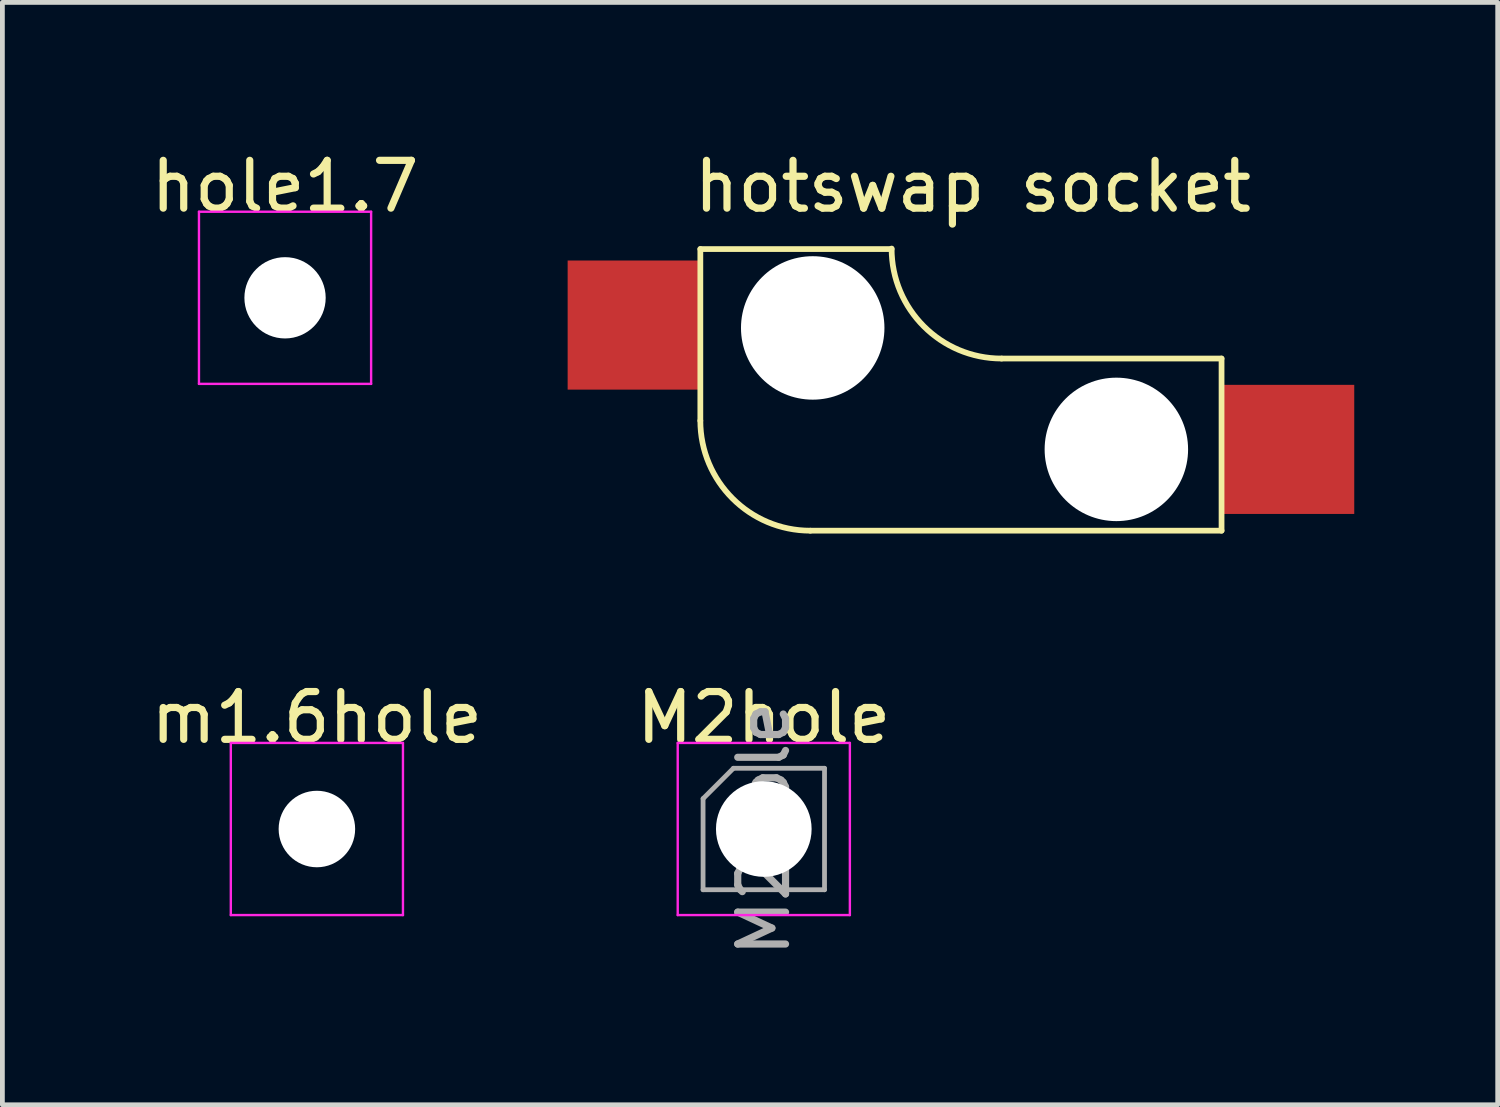
<source format=kicad_pcb>
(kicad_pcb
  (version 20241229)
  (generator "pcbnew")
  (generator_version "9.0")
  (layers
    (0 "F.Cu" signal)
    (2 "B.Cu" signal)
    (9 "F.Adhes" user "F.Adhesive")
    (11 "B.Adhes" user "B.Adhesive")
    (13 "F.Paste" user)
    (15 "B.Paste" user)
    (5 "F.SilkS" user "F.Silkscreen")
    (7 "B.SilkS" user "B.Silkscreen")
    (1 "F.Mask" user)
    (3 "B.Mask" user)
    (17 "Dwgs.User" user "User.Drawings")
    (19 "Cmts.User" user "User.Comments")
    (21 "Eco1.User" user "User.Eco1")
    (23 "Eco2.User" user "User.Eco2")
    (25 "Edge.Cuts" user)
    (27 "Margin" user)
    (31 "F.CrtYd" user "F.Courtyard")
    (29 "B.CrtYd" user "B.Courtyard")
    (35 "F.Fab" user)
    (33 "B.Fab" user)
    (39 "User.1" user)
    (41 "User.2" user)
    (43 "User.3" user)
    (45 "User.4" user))
  (footprint "hotswap socket"
    (layer "F.Cu")
    (at 17.296 5.848)
    (property "Reference" "hotswap socket" (at 0 -5 0) (layer "F.SilkS") (effects (font (size 1 1) (thickness 0.15))))
    (attr through_hole)
    (fp_line (start -5.7 -3.69) (end -1.7 -3.69) (stroke (width 0.12) (type solid)) (layer "F.SilkS"))
    (fp_line (start -5.7 -0.1) (end -5.7 -3.69) (stroke (width 0.12) (type solid)) (layer "F.SilkS"))
    (fp_line (start -3.4 2.2) (end 5.2 2.2) (stroke (width 0.12) (type solid)) (layer "F.SilkS"))
    (fp_line (start 5.2 -1.4) (end 0.6 -1.4) (stroke (width 0.12) (type solid)) (layer "F.SilkS"))
    (fp_line (start 5.2 2.2) (end 5.2 -1.4) (stroke (width 0.12) (type solid)) (layer "F.SilkS"))
    (fp_arc (start -3.4 2.2) (mid -5.026346 1.526346) (end -5.7 -0.1) (stroke (width 0.12) (type solid)) (layer "F.SilkS"))
    (fp_arc (start 0.6 -1.4) (mid -1.026346 -2.073654) (end -1.7 -3.7) (stroke (width 0.12) (type solid)) (layer "F.SilkS"))
    (pad "" np_thru_hole circle (at -3.35 -2.04) (size 3 3) (drill 3) (layers "*.Cu" "*.Mask"))
    (pad "" np_thru_hole circle (at 3 0.5) (size 3 3) (drill 3) (layers "*.Cu" "*.Mask"))
    (pad "1" smd rect (at 6.6 0.5) (size 2.75 2.7) (layers "F.Cu" "F.Mask" "F.Paste"))
    (pad "2" smd rect (at -7.1 -2.1) (size 2.75 2.7) (layers "F.Cu" "F.Mask" "F.Paste")))
  (footprint "M2hole"
    (layer "F.Cu")
    (at 12.923 14.287)
    (property "Reference" "M2hole" (at 0 -2.33 0) (layer "F.SilkS") (effects (font (size 1 1) (thickness 0.15))))
    (attr through_hole)
    (fp_line (start -1.8 -1.8) (end -1.8 1.8) (stroke (width 0.05) (type solid)) (layer "F.CrtYd"))
    (fp_line (start -1.8 1.8) (end 1.8 1.8) (stroke (width 0.05) (type solid)) (layer "F.CrtYd"))
    (fp_line (start 1.8 -1.8) (end -1.8 -1.8) (stroke (width 0.05) (type solid)) (layer "F.CrtYd"))
    (fp_line (start 1.8 1.8) (end 1.8 -1.8) (stroke (width 0.05) (type solid)) (layer "F.CrtYd"))
    (fp_line (start -1.27 -0.635) (end -0.635 -1.27) (stroke (width 0.1) (type solid)) (layer "F.Fab"))
    (fp_line (start -1.27 1.27) (end -1.27 -0.635) (stroke (width 0.1) (type solid)) (layer "F.Fab"))
    (fp_line (start -0.635 -1.27) (end 1.27 -1.27) (stroke (width 0.1) (type solid)) (layer "F.Fab"))
    (fp_line (start 1.27 -1.27) (end 1.27 1.27) (stroke (width 0.1) (type solid)) (layer "F.Fab"))
    (fp_line (start 1.27 1.27) (end -1.27 1.27) (stroke (width 0.1) (type solid)) (layer "F.Fab"))
    (fp_text user "${REFERENCE}" (at 0 0 90) (layer "F.Fab") (effects (font (size 1 1) (thickness 0.15))))
    (pad "" np_thru_hole circle (at 0 0) (size 2 2) (drill 2) (layers "*.Cu" "*.Mask")))
  (footprint "m1.6hole"
    (layer "F.Cu")
    (at 3.577 14.287)
    (property "Reference" "m1.6hole" (at 0 -2.33 0) (layer "F.SilkS") (effects (font (size 1 1) (thickness 0.15))))
    (attr through_hole)
    (fp_line (start -1.8 -1.8) (end -1.8 1.8) (stroke (width 0.05) (type solid)) (layer "F.CrtYd"))
    (fp_line (start -1.8 1.8) (end 1.8 1.8) (stroke (width 0.05) (type solid)) (layer "F.CrtYd"))
    (fp_line (start 1.8 -1.8) (end -1.8 -1.8) (stroke (width 0.05) (type solid)) (layer "F.CrtYd"))
    (fp_line (start 1.8 1.8) (end 1.8 -1.8) (stroke (width 0.05) (type solid)) (layer "F.CrtYd"))
    (pad "" np_thru_hole circle (at 0 0) (size 1.6 1.6) (drill 1.6) (layers "*.Cu" "*.Mask")))
  (footprint "hole1.7"
    (layer "F.Cu")
    (at 2.911 3.178)
    (property "Reference" "hole1.7" (at 0 -2.33 0) (layer "F.SilkS") (effects (font (size 1 1) (thickness 0.15))))
    (attr through_hole)
    (fp_line (start -1.8 -1.8) (end -1.8 1.8) (stroke (width 0.05) (type solid)) (layer "F.CrtYd"))
    (fp_line (start -1.8 1.8) (end 1.8 1.8) (stroke (width 0.05) (type solid)) (layer "F.CrtYd"))
    (fp_line (start 1.8 -1.8) (end -1.8 -1.8) (stroke (width 0.05) (type solid)) (layer "F.CrtYd"))
    (fp_line (start 1.8 1.8) (end 1.8 -1.8) (stroke (width 0.05) (type solid)) (layer "F.CrtYd"))
    (pad "" np_thru_hole circle (at 0 0) (size 1.7 1.7) (drill 1.7) (layers "*.Cu" "*.Mask")))
  (gr_rect
    (start -3 -3)
    (end 28.271 20.054)
    (stroke (width 0.1) (type default))
    (fill no)
    (layer "Edge.Cuts")))
</source>
